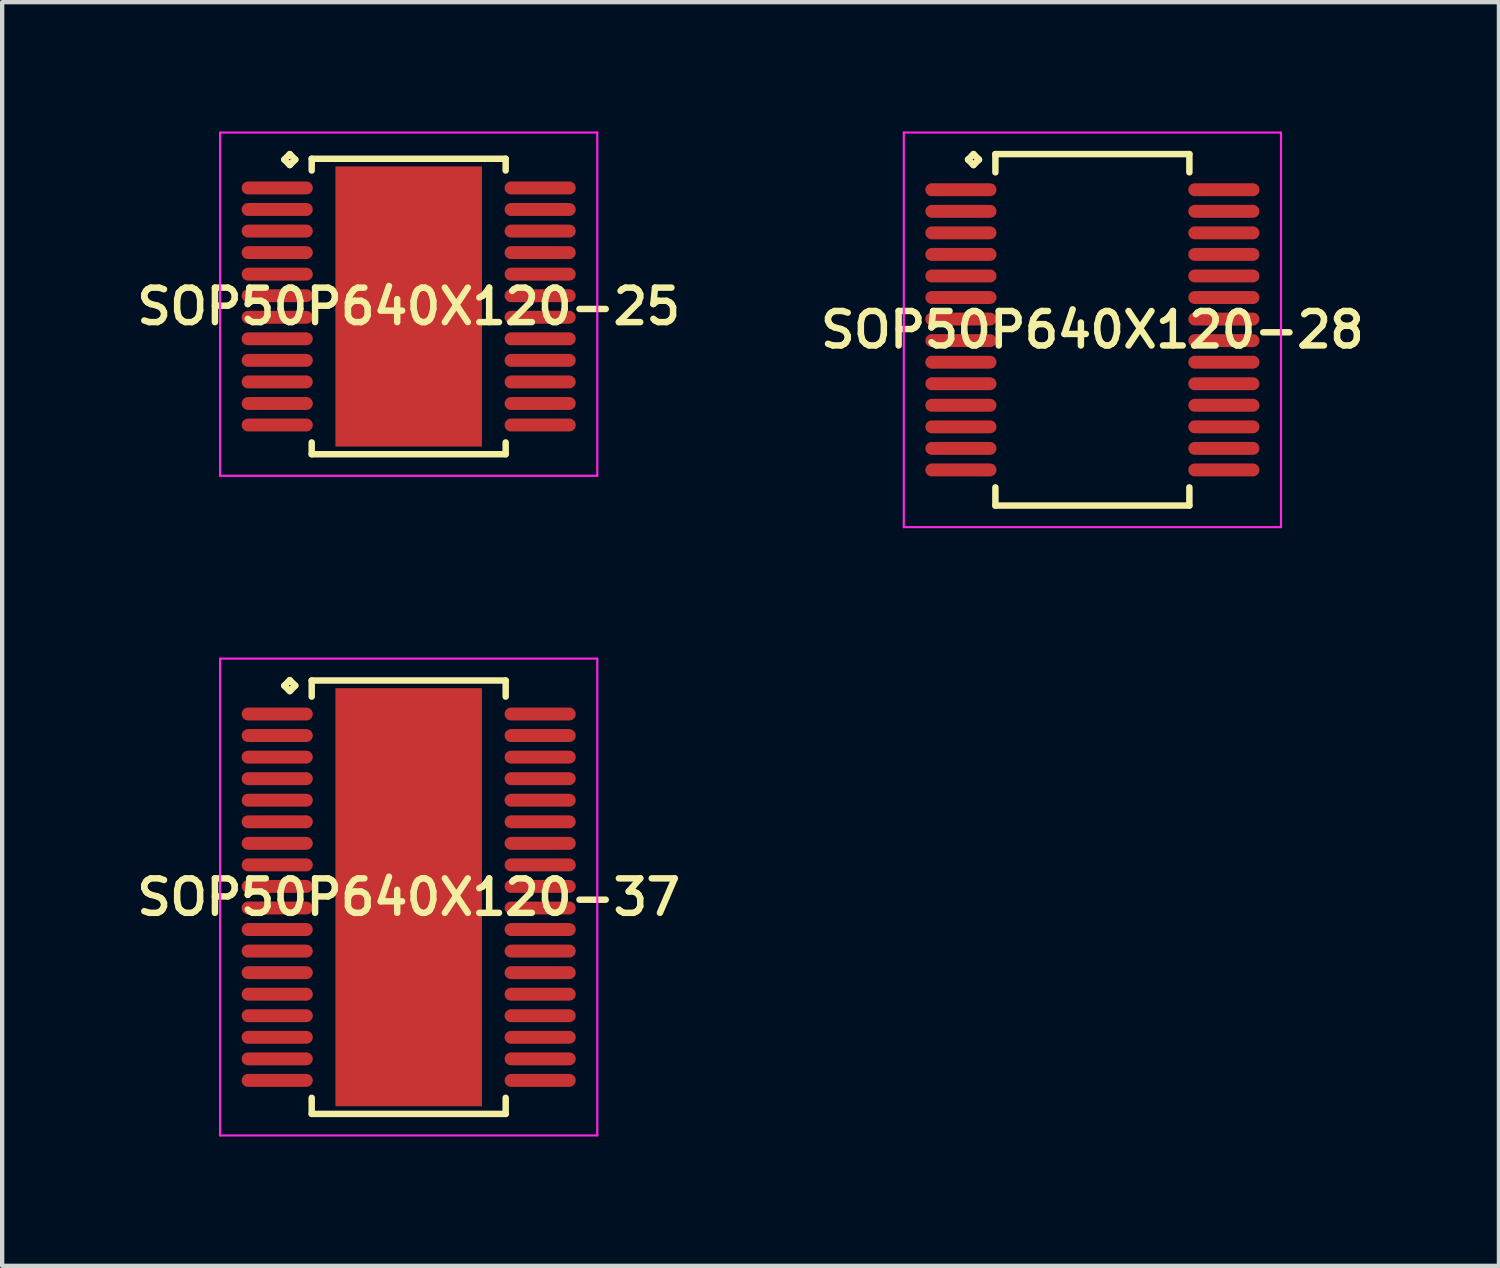
<source format=kicad_pcb>
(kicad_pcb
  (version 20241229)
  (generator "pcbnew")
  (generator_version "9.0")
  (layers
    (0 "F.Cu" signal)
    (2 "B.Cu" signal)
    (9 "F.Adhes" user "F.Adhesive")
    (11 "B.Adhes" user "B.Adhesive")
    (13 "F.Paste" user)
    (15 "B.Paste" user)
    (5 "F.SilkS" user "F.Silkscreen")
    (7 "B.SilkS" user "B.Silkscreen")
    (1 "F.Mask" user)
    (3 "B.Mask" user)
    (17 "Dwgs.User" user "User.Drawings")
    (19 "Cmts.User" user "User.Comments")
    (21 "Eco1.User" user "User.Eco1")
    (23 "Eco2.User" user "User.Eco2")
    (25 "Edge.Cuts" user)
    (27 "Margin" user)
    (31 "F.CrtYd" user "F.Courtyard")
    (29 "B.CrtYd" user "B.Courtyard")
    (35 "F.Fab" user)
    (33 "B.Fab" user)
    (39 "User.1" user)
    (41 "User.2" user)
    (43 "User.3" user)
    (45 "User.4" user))
  (footprint "SOP50P640X120-25"
    (layer "F.Cu")
    (at 6.431 4.06)
    (property "Reference" "SOP50P640X120-25" (at 0 0 0) (layer "F.SilkS") (effects (font (size 0.8 0.8) (thickness 0.15))))
    (attr smd)
    (fp_line (start -2.885 -3.408) (end -2.758 -3.535) (stroke (width 0.15) (type solid)) (layer "F.SilkS"))
    (fp_line (start -2.758 -3.535) (end -2.631 -3.408) (stroke (width 0.15) (type solid)) (layer "F.SilkS"))
    (fp_line (start -2.758 -3.281) (end -2.885 -3.408) (stroke (width 0.15) (type solid)) (layer "F.SilkS"))
    (fp_line (start -2.631 -3.408) (end -2.758 -3.281) (stroke (width 0.15) (type solid)) (layer "F.SilkS"))
    (fp_line (start -2.25 -3.427) (end 2.25 -3.427) (stroke (width 0.15) (type solid)) (layer "F.SilkS"))
    (fp_line (start -2.25 -3.154) (end -2.25 -3.427) (stroke (width 0.15) (type solid)) (layer "F.SilkS"))
    (fp_line (start -2.25 3.154) (end -2.25 3.427) (stroke (width 0.15) (type solid)) (layer "F.SilkS"))
    (fp_line (start -2.25 3.427) (end 2.25 3.427) (stroke (width 0.15) (type solid)) (layer "F.SilkS"))
    (fp_line (start 2.25 -3.427) (end 2.25 -3.154) (stroke (width 0.15) (type solid)) (layer "F.SilkS"))
    (fp_line (start 2.25 3.427) (end 2.25 3.154) (stroke (width 0.15) (type solid)) (layer "F.SilkS"))
    (fp_line (start -4.375 -4.035) (end 4.375 -4.035) (stroke (width 0.05) (type solid)) (layer "F.CrtYd"))
    (fp_line (start -4.375 3.927) (end -4.375 -4.035) (stroke (width 0.05) (type solid)) (layer "F.CrtYd"))
    (fp_line (start 4.375 -4.035) (end 4.375 3.927) (stroke (width 0.05) (type solid)) (layer "F.CrtYd"))
    (fp_line (start 4.375 3.927) (end -4.375 3.927) (stroke (width 0.05) (type solid)) (layer "F.CrtYd"))
    (pad "1" smd oval (at -3.05 -2.75) (size 1.65 0.3) (layers "F.Cu" "F.Mask" "F.Paste"))
    (pad "2" smd oval (at -3.05 -2.25) (size 1.65 0.3) (layers "F.Cu" "F.Mask" "F.Paste"))
    (pad "3" smd oval (at -3.05 -1.75) (size 1.65 0.3) (layers "F.Cu" "F.Mask" "F.Paste"))
    (pad "4" smd oval (at -3.05 -1.25) (size 1.65 0.3) (layers "F.Cu" "F.Mask" "F.Paste"))
    (pad "5" smd oval (at -3.05 -0.75) (size 1.65 0.3) (layers "F.Cu" "F.Mask" "F.Paste"))
    (pad "6" smd oval (at -3.05 -0.25) (size 1.65 0.3) (layers "F.Cu" "F.Mask" "F.Paste"))
    (pad "7" smd oval (at -3.05 0.25) (size 1.65 0.3) (layers "F.Cu" "F.Mask" "F.Paste"))
    (pad "8" smd oval (at -3.05 0.75) (size 1.65 0.3) (layers "F.Cu" "F.Mask" "F.Paste"))
    (pad "9" smd oval (at -3.05 1.25) (size 1.65 0.3) (layers "F.Cu" "F.Mask" "F.Paste"))
    (pad "10" smd oval (at -3.05 1.75) (size 1.65 0.3) (layers "F.Cu" "F.Mask" "F.Paste"))
    (pad "11" smd oval (at -3.05 2.25) (size 1.65 0.3) (layers "F.Cu" "F.Mask" "F.Paste"))
    (pad "12" smd oval (at -3.05 2.75) (size 1.65 0.3) (layers "F.Cu" "F.Mask" "F.Paste"))
    (pad "13" smd oval (at 3.05 2.75) (size 1.65 0.3) (layers "F.Cu" "F.Mask" "F.Paste"))
    (pad "14" smd oval (at 3.05 2.25) (size 1.65 0.3) (layers "F.Cu" "F.Mask" "F.Paste"))
    (pad "15" smd oval (at 3.05 1.75) (size 1.65 0.3) (layers "F.Cu" "F.Mask" "F.Paste"))
    (pad "16" smd oval (at 3.05 1.25) (size 1.65 0.3) (layers "F.Cu" "F.Mask" "F.Paste"))
    (pad "17" smd oval (at 3.05 0.75) (size 1.65 0.3) (layers "F.Cu" "F.Mask" "F.Paste"))
    (pad "18" smd oval (at 3.05 0.25) (size 1.65 0.3) (layers "F.Cu" "F.Mask" "F.Paste"))
    (pad "19" smd oval (at 3.05 -0.25) (size 1.65 0.3) (layers "F.Cu" "F.Mask" "F.Paste"))
    (pad "20" smd oval (at 3.05 -0.75) (size 1.65 0.3) (layers "F.Cu" "F.Mask" "F.Paste"))
    (pad "21" smd oval (at 3.05 -1.25) (size 1.65 0.3) (layers "F.Cu" "F.Mask" "F.Paste"))
    (pad "22" smd oval (at 3.05 -1.75) (size 1.65 0.3) (layers "F.Cu" "F.Mask" "F.Paste"))
    (pad "23" smd oval (at 3.05 -2.25) (size 1.65 0.3) (layers "F.Cu" "F.Mask" "F.Paste"))
    (pad "24" smd oval (at 3.05 -2.75) (size 1.65 0.3) (layers "F.Cu" "F.Mask" "F.Paste"))
    (pad "25" smd rect (at 0 0) (size 3.4 6.5) (layers "F.Cu" "F.Mask" "F.Paste")))
  (footprint "SOP50P640X120-28"
    (layer "F.Cu")
    (at 22.292 4.602)
    (property "Reference" "SOP50P640X120-28" (at 0 0 0) (layer "F.SilkS") (effects (font (size 0.8 0.8) (thickness 0.15))))
    (attr smd)
    (fp_line (start -2.885 -3.95) (end -2.758 -4.077) (stroke (width 0.15) (type solid)) (layer "F.SilkS"))
    (fp_line (start -2.758 -4.077) (end -2.631 -3.95) (stroke (width 0.15) (type solid)) (layer "F.SilkS"))
    (fp_line (start -2.758 -3.823) (end -2.885 -3.95) (stroke (width 0.15) (type solid)) (layer "F.SilkS"))
    (fp_line (start -2.631 -3.95) (end -2.758 -3.823) (stroke (width 0.15) (type solid)) (layer "F.SilkS"))
    (fp_line (start -2.25 -4.077) (end 2.25 -4.077) (stroke (width 0.15) (type solid)) (layer "F.SilkS"))
    (fp_line (start -2.25 -3.654) (end -2.25 -4.077) (stroke (width 0.15) (type solid)) (layer "F.SilkS"))
    (fp_line (start -2.25 3.654) (end -2.25 4.077) (stroke (width 0.15) (type solid)) (layer "F.SilkS"))
    (fp_line (start -2.25 4.077) (end 2.25 4.077) (stroke (width 0.15) (type solid)) (layer "F.SilkS"))
    (fp_line (start 2.25 -4.077) (end 2.25 -3.654) (stroke (width 0.15) (type solid)) (layer "F.SilkS"))
    (fp_line (start 2.25 4.077) (end 2.25 3.654) (stroke (width 0.15) (type solid)) (layer "F.SilkS"))
    (fp_line (start -4.375 -4.577) (end 4.375 -4.577) (stroke (width 0.05) (type solid)) (layer "F.CrtYd"))
    (fp_line (start -4.375 4.577) (end -4.375 -4.577) (stroke (width 0.05) (type solid)) (layer "F.CrtYd"))
    (fp_line (start 4.375 -4.577) (end 4.375 4.577) (stroke (width 0.05) (type solid)) (layer "F.CrtYd"))
    (fp_line (start 4.375 4.577) (end -4.375 4.577) (stroke (width 0.05) (type solid)) (layer "F.CrtYd"))
    (pad "1" smd oval (at -3.05 -3.25) (size 1.65 0.3) (layers "F.Cu" "F.Mask" "F.Paste"))
    (pad "2" smd oval (at -3.05 -2.75) (size 1.65 0.3) (layers "F.Cu" "F.Mask" "F.Paste"))
    (pad "3" smd oval (at -3.05 -2.25) (size 1.65 0.3) (layers "F.Cu" "F.Mask" "F.Paste"))
    (pad "4" smd oval (at -3.05 -1.75) (size 1.65 0.3) (layers "F.Cu" "F.Mask" "F.Paste"))
    (pad "5" smd oval (at -3.05 -1.25) (size 1.65 0.3) (layers "F.Cu" "F.Mask" "F.Paste"))
    (pad "6" smd oval (at -3.05 -0.75) (size 1.65 0.3) (layers "F.Cu" "F.Mask" "F.Paste"))
    (pad "7" smd oval (at -3.05 -0.25) (size 1.65 0.3) (layers "F.Cu" "F.Mask" "F.Paste"))
    (pad "8" smd oval (at -3.05 0.25) (size 1.65 0.3) (layers "F.Cu" "F.Mask" "F.Paste"))
    (pad "9" smd oval (at -3.05 0.75) (size 1.65 0.3) (layers "F.Cu" "F.Mask" "F.Paste"))
    (pad "10" smd oval (at -3.05 1.25) (size 1.65 0.3) (layers "F.Cu" "F.Mask" "F.Paste"))
    (pad "11" smd oval (at -3.05 1.75) (size 1.65 0.3) (layers "F.Cu" "F.Mask" "F.Paste"))
    (pad "12" smd oval (at -3.05 2.25) (size 1.65 0.3) (layers "F.Cu" "F.Mask" "F.Paste"))
    (pad "13" smd oval (at -3.05 2.75) (size 1.65 0.3) (layers "F.Cu" "F.Mask" "F.Paste"))
    (pad "14" smd oval (at -3.05 3.25) (size 1.65 0.3) (layers "F.Cu" "F.Mask" "F.Paste"))
    (pad "15" smd oval (at 3.05 3.25) (size 1.65 0.3) (layers "F.Cu" "F.Mask" "F.Paste"))
    (pad "16" smd oval (at 3.05 2.75) (size 1.65 0.3) (layers "F.Cu" "F.Mask" "F.Paste"))
    (pad "17" smd oval (at 3.05 2.25) (size 1.65 0.3) (layers "F.Cu" "F.Mask" "F.Paste"))
    (pad "18" smd oval (at 3.05 1.75) (size 1.65 0.3) (layers "F.Cu" "F.Mask" "F.Paste"))
    (pad "19" smd oval (at 3.05 1.25) (size 1.65 0.3) (layers "F.Cu" "F.Mask" "F.Paste"))
    (pad "20" smd oval (at 3.05 0.75) (size 1.65 0.3) (layers "F.Cu" "F.Mask" "F.Paste"))
    (pad "21" smd oval (at 3.05 0.25) (size 1.65 0.3) (layers "F.Cu" "F.Mask" "F.Paste"))
    (pad "22" smd oval (at 3.05 -0.25) (size 1.65 0.3) (layers "F.Cu" "F.Mask" "F.Paste"))
    (pad "23" smd oval (at 3.05 -0.75) (size 1.65 0.3) (layers "F.Cu" "F.Mask" "F.Paste"))
    (pad "24" smd oval (at 3.05 -1.25) (size 1.65 0.3) (layers "F.Cu" "F.Mask" "F.Paste"))
    (pad "25" smd oval (at 3.05 -1.75) (size 1.65 0.3) (layers "F.Cu" "F.Mask" "F.Paste"))
    (pad "26" smd oval (at 3.05 -2.25) (size 1.65 0.3) (layers "F.Cu" "F.Mask" "F.Paste"))
    (pad "27" smd oval (at 3.05 -2.75) (size 1.65 0.3) (layers "F.Cu" "F.Mask" "F.Paste"))
    (pad "28" smd oval (at 3.05 -3.25) (size 1.65 0.3) (layers "F.Cu" "F.Mask" "F.Paste")))
  (footprint "SOP50P640X120-37"
    (layer "F.Cu")
    (at 6.431 17.764)
    (property "Reference" "SOP50P640X120-37" (at 0 0 0) (layer "F.SilkS") (effects (font (size 0.8 0.8) (thickness 0.15))))
    (attr smd)
    (fp_line (start -2.885 -4.908) (end -2.758 -5.035) (stroke (width 0.15) (type solid)) (layer "F.SilkS"))
    (fp_line (start -2.758 -5.035) (end -2.631 -4.908) (stroke (width 0.15) (type solid)) (layer "F.SilkS"))
    (fp_line (start -2.758 -4.781) (end -2.885 -4.908) (stroke (width 0.15) (type solid)) (layer "F.SilkS"))
    (fp_line (start -2.631 -4.908) (end -2.758 -4.781) (stroke (width 0.15) (type solid)) (layer "F.SilkS"))
    (fp_line (start -2.25 -5.027) (end 2.25 -5.027) (stroke (width 0.15) (type solid)) (layer "F.SilkS"))
    (fp_line (start -2.25 -4.654) (end -2.25 -5.027) (stroke (width 0.15) (type solid)) (layer "F.SilkS"))
    (fp_line (start -2.25 4.654) (end -2.25 5.027) (stroke (width 0.15) (type solid)) (layer "F.SilkS"))
    (fp_line (start -2.25 5.027) (end 2.25 5.027) (stroke (width 0.15) (type solid)) (layer "F.SilkS"))
    (fp_line (start 2.25 -5.027) (end 2.25 -4.654) (stroke (width 0.15) (type solid)) (layer "F.SilkS"))
    (fp_line (start 2.25 5.027) (end 2.25 4.654) (stroke (width 0.15) (type solid)) (layer "F.SilkS"))
    (fp_line (start -4.375 -5.535) (end 4.375 -5.535) (stroke (width 0.05) (type solid)) (layer "F.CrtYd"))
    (fp_line (start -4.375 5.527) (end -4.375 -5.535) (stroke (width 0.05) (type solid)) (layer "F.CrtYd"))
    (fp_line (start 4.375 -5.535) (end 4.375 5.527) (stroke (width 0.05) (type solid)) (layer "F.CrtYd"))
    (fp_line (start 4.375 5.527) (end -4.375 5.527) (stroke (width 0.05) (type solid)) (layer "F.CrtYd"))
    (pad "1" smd oval (at -3.05 -4.25) (size 1.65 0.3) (layers "F.Cu" "F.Mask" "F.Paste"))
    (pad "2" smd oval (at -3.05 -3.75) (size 1.65 0.3) (layers "F.Cu" "F.Mask" "F.Paste"))
    (pad "3" smd oval (at -3.05 -3.25) (size 1.65 0.3) (layers "F.Cu" "F.Mask" "F.Paste"))
    (pad "4" smd oval (at -3.05 -2.75) (size 1.65 0.3) (layers "F.Cu" "F.Mask" "F.Paste"))
    (pad "5" smd oval (at -3.05 -2.25) (size 1.65 0.3) (layers "F.Cu" "F.Mask" "F.Paste"))
    (pad "6" smd oval (at -3.05 -1.75) (size 1.65 0.3) (layers "F.Cu" "F.Mask" "F.Paste"))
    (pad "7" smd oval (at -3.05 -1.25) (size 1.65 0.3) (layers "F.Cu" "F.Mask" "F.Paste"))
    (pad "8" smd oval (at -3.05 -0.75) (size 1.65 0.3) (layers "F.Cu" "F.Mask" "F.Paste"))
    (pad "9" smd oval (at -3.05 -0.25) (size 1.65 0.3) (layers "F.Cu" "F.Mask" "F.Paste"))
    (pad "10" smd oval (at -3.05 0.25) (size 1.65 0.3) (layers "F.Cu" "F.Mask" "F.Paste"))
    (pad "11" smd oval (at -3.05 0.75) (size 1.65 0.3) (layers "F.Cu" "F.Mask" "F.Paste"))
    (pad "12" smd oval (at -3.05 1.25) (size 1.65 0.3) (layers "F.Cu" "F.Mask" "F.Paste"))
    (pad "13" smd oval (at -3.05 1.75) (size 1.65 0.3) (layers "F.Cu" "F.Mask" "F.Paste"))
    (pad "14" smd oval (at -3.05 2.25) (size 1.65 0.3) (layers "F.Cu" "F.Mask" "F.Paste"))
    (pad "15" smd oval (at -3.05 2.75) (size 1.65 0.3) (layers "F.Cu" "F.Mask" "F.Paste"))
    (pad "16" smd oval (at -3.05 3.25) (size 1.65 0.3) (layers "F.Cu" "F.Mask" "F.Paste"))
    (pad "17" smd oval (at -3.05 3.75) (size 1.65 0.3) (layers "F.Cu" "F.Mask" "F.Paste"))
    (pad "18" smd oval (at -3.05 4.25) (size 1.65 0.3) (layers "F.Cu" "F.Mask" "F.Paste"))
    (pad "19" smd oval (at 3.05 4.25) (size 1.65 0.3) (layers "F.Cu" "F.Mask" "F.Paste"))
    (pad "20" smd oval (at 3.05 3.75) (size 1.65 0.3) (layers "F.Cu" "F.Mask" "F.Paste"))
    (pad "21" smd oval (at 3.05 3.25) (size 1.65 0.3) (layers "F.Cu" "F.Mask" "F.Paste"))
    (pad "22" smd oval (at 3.05 2.75) (size 1.65 0.3) (layers "F.Cu" "F.Mask" "F.Paste"))
    (pad "23" smd oval (at 3.05 2.25) (size 1.65 0.3) (layers "F.Cu" "F.Mask" "F.Paste"))
    (pad "24" smd oval (at 3.05 1.75) (size 1.65 0.3) (layers "F.Cu" "F.Mask" "F.Paste"))
    (pad "25" smd oval (at 3.05 1.25) (size 1.65 0.3) (layers "F.Cu" "F.Mask" "F.Paste"))
    (pad "26" smd oval (at 3.05 0.75) (size 1.65 0.3) (layers "F.Cu" "F.Mask" "F.Paste"))
    (pad "27" smd oval (at 3.05 0.25) (size 1.65 0.3) (layers "F.Cu" "F.Mask" "F.Paste"))
    (pad "28" smd oval (at 3.05 -0.25) (size 1.65 0.3) (layers "F.Cu" "F.Mask" "F.Paste"))
    (pad "29" smd oval (at 3.05 -0.75) (size 1.65 0.3) (layers "F.Cu" "F.Mask" "F.Paste"))
    (pad "30" smd oval (at 3.05 -1.25) (size 1.65 0.3) (layers "F.Cu" "F.Mask" "F.Paste"))
    (pad "31" smd oval (at 3.05 -1.75) (size 1.65 0.3) (layers "F.Cu" "F.Mask" "F.Paste"))
    (pad "32" smd oval (at 3.05 -2.25) (size 1.65 0.3) (layers "F.Cu" "F.Mask" "F.Paste"))
    (pad "33" smd oval (at 3.05 -2.75) (size 1.65 0.3) (layers "F.Cu" "F.Mask" "F.Paste"))
    (pad "34" smd oval (at 3.05 -3.25) (size 1.65 0.3) (layers "F.Cu" "F.Mask" "F.Paste"))
    (pad "35" smd oval (at 3.05 -3.75) (size 1.65 0.3) (layers "F.Cu" "F.Mask" "F.Paste"))
    (pad "36" smd oval (at 3.05 -4.25) (size 1.65 0.3) (layers "F.Cu" "F.Mask" "F.Paste"))
    (pad "37" smd rect (at 0 0) (size 3.4 9.7) (layers "F.Cu" "F.Mask" "F.Paste")))
  (gr_rect
    (start -3 -3)
    (end 31.723 26.316)
    (stroke (width 0.1) (type default))
    (fill no)
    (layer "Edge.Cuts")))
</source>
